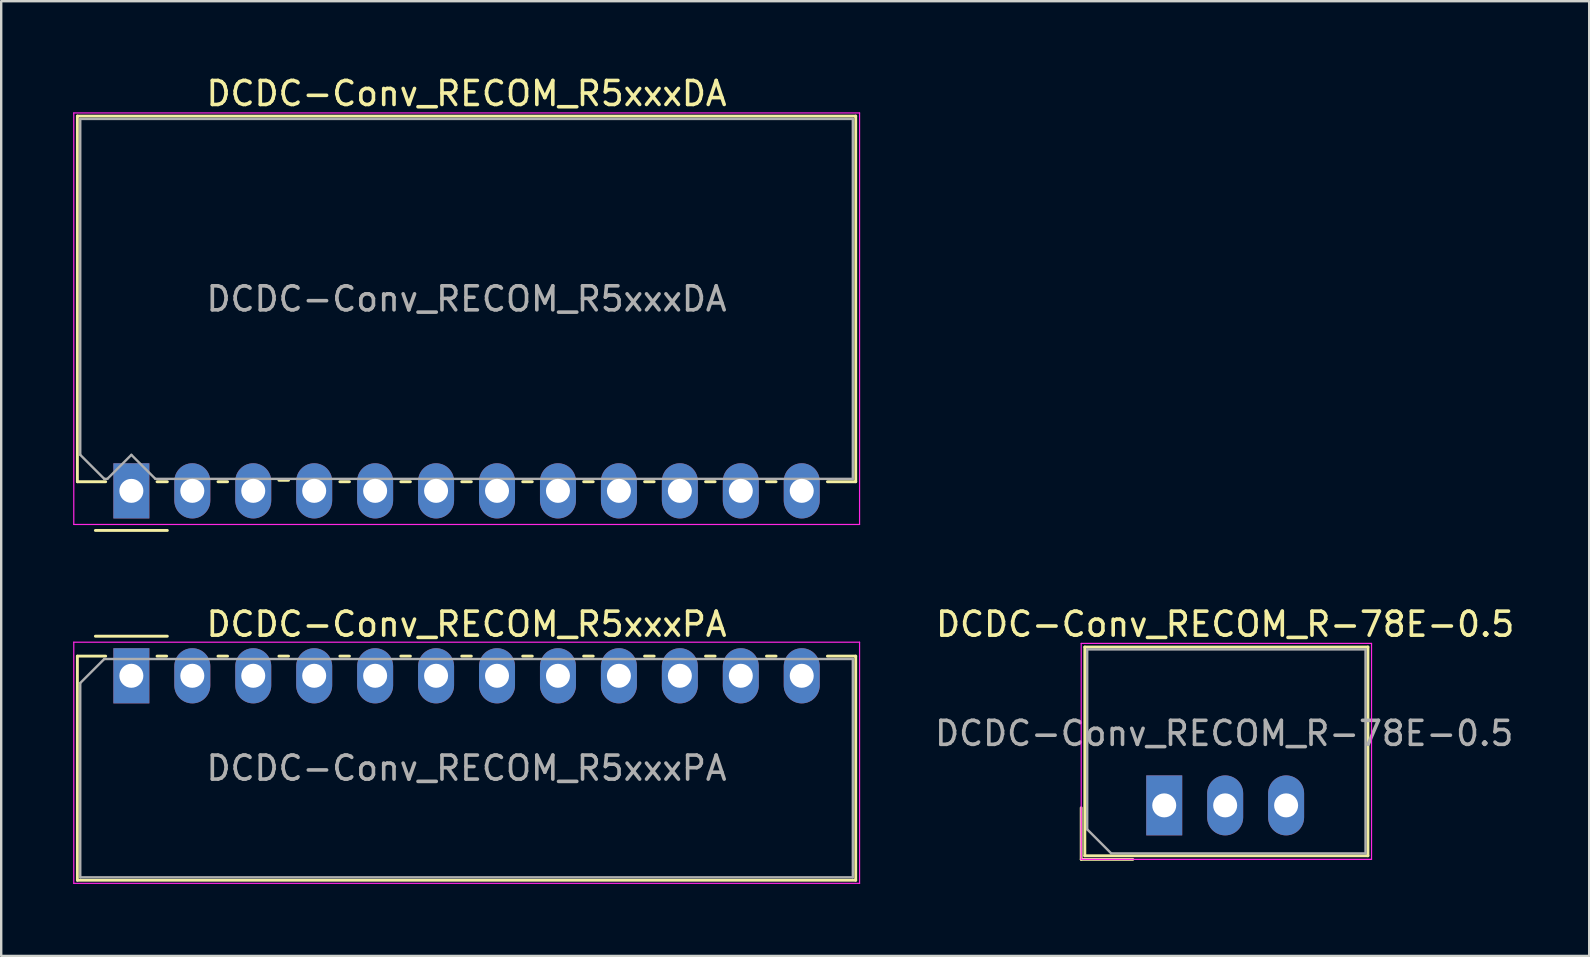
<source format=kicad_pcb>
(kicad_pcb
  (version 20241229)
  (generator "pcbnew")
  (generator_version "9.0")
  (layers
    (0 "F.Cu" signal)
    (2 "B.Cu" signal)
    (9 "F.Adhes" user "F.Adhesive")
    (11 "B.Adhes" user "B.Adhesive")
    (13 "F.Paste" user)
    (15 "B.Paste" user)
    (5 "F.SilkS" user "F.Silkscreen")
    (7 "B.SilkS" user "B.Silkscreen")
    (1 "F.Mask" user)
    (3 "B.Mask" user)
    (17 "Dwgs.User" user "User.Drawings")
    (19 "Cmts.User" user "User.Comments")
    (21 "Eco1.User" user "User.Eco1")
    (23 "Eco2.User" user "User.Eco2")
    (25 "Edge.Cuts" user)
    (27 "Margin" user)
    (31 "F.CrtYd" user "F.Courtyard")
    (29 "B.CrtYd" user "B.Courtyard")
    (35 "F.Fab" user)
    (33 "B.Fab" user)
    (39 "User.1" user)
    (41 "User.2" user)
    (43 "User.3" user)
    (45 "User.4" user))
  (footprint "DCDC-Conv_RECOM_R-78E-0.5"
    (layer "F.Cu")
    (at 45.473 30.517)
    (property "Reference" "DCDC-Conv_RECOM_R-78E-0.5" (at 2.54 -7.55 0) (layer "F.SilkS") (effects (font (size 1 1) (thickness 0.15))))
    (attr through_hole)
    (fp_line (start -3.46 0.1) (end -3.46 2.25) (stroke (width 0.12) (type solid)) (layer "F.SilkS"))
    (fp_line (start -3.46 2.25) (end -1.31 2.25) (stroke (width 0.12) (type solid)) (layer "F.SilkS"))
    (fp_line (start -3.31 -6.6) (end -3.31 2.1) (stroke (width 0.12) (type solid)) (layer "F.SilkS"))
    (fp_line (start -3.31 2.1) (end 8.49 2.1) (stroke (width 0.12) (type solid)) (layer "F.SilkS"))
    (fp_line (start 8.49 -6.6) (end -3.31 -6.6) (stroke (width 0.12) (type solid)) (layer "F.SilkS"))
    (fp_line (start 8.49 2.1) (end 8.49 -6.6) (stroke (width 0.12) (type solid)) (layer "F.SilkS"))
    (fp_line (start -3.46 -6.75) (end -3.46 2.25) (stroke (width 0.05) (type solid)) (layer "F.CrtYd"))
    (fp_line (start -3.46 2.25) (end 8.64 2.25) (stroke (width 0.05) (type solid)) (layer "F.CrtYd"))
    (fp_line (start 8.64 -6.75) (end -3.46 -6.75) (stroke (width 0.05) (type solid)) (layer "F.CrtYd"))
    (fp_line (start 8.64 2.25) (end 8.64 -6.75) (stroke (width 0.05) (type solid)) (layer "F.CrtYd"))
    (fp_line (start -3.21 -6.5) (end -3.21 1) (stroke (width 0.1) (type solid)) (layer "F.Fab"))
    (fp_line (start -3.21 1) (end -2.21 2) (stroke (width 0.1) (type solid)) (layer "F.Fab"))
    (fp_line (start -2.21 2) (end 8.39 2) (stroke (width 0.1) (type solid)) (layer "F.Fab"))
    (fp_line (start 8.39 -6.5) (end -3.21 -6.5) (stroke (width 0.1) (type solid)) (layer "F.Fab"))
    (fp_line (start 8.39 2) (end 8.39 -6.5) (stroke (width 0.1) (type solid)) (layer "F.Fab"))
    (fp_text user "${REFERENCE}" (at 2.5 -3 0) (layer "F.Fab") (effects (font (size 1 1) (thickness 0.15))))
    (pad "1" thru_hole rect (at 0 0) (size 1.5 2.5) (drill 1) (layers "*.Cu" "*.Mask"))
    (pad "2" thru_hole oval (at 2.54 0) (size 1.5 2.5) (drill 1) (layers "*.Cu" "*.Mask"))
    (pad "3" thru_hole oval (at 5.08 0) (size 1.5 2.5) (drill 1) (layers "*.Cu" "*.Mask")))
  (footprint "DCDC-Conv_RECOM_R5xxxDA"
    (layer "F.Cu")
    (at 2.425 17.408)
    (property "Reference" "DCDC-Conv_RECOM_R5xxxDA" (at 13.97 -16.56 0) (layer "F.SilkS") (effects (font (size 1 1) (thickness 0.15))))
    (attr through_hole)
    (fp_line (start -2.25 -15.62) (end -2.25 -0.38) (stroke (width 0.12) (type solid)) (layer "F.SilkS"))
    (fp_line (start -2.25 -15.62) (end 30.19 -15.62) (stroke (width 0.12) (type solid)) (layer "F.SilkS"))
    (fp_line (start -2.25 -0.38) (end -1.07 -0.38) (stroke (width 0.12) (type solid)) (layer "F.SilkS"))
    (fp_line (start -1.5 1.65) (end 1.5 1.65) (stroke (width 0.12) (type solid)) (layer "F.SilkS"))
    (fp_line (start 1.07 -0.38) (end 1.5 -0.38) (stroke (width 0.12) (type solid)) (layer "F.SilkS"))
    (fp_line (start 3.61 -0.38) (end 4.01 -0.38) (stroke (width 0.12) (type solid)) (layer "F.SilkS"))
    (fp_line (start 6.15 -0.441) (end 6.551 -0.441) (stroke (width 0.12) (type solid)) (layer "F.SilkS"))
    (fp_line (start 8.69 -0.38) (end 9.09 -0.38) (stroke (width 0.12) (type solid)) (layer "F.SilkS"))
    (fp_line (start 11.23 -0.38) (end 11.63 -0.38) (stroke (width 0.12) (type solid)) (layer "F.SilkS"))
    (fp_line (start 13.77 -0.38) (end 14.17 -0.38) (stroke (width 0.12) (type solid)) (layer "F.SilkS"))
    (fp_line (start 16.31 -0.38) (end 16.71 -0.38) (stroke (width 0.12) (type solid)) (layer "F.SilkS"))
    (fp_line (start 18.85 -0.38) (end 19.25 -0.38) (stroke (width 0.12) (type solid)) (layer "F.SilkS"))
    (fp_line (start 21.39 -0.38) (end 21.79 -0.38) (stroke (width 0.12) (type solid)) (layer "F.SilkS"))
    (fp_line (start 23.93 -0.38) (end 24.33 -0.38) (stroke (width 0.12) (type solid)) (layer "F.SilkS"))
    (fp_line (start 26.47 -0.38) (end 26.87 -0.38) (stroke (width 0.12) (type solid)) (layer "F.SilkS"))
    (fp_line (start 29.01 -0.38) (end 30.19 -0.38) (stroke (width 0.12) (type solid)) (layer "F.SilkS"))
    (fp_line (start 30.19 -15.62) (end 30.19 -0.38) (stroke (width 0.12) (type solid)) (layer "F.SilkS"))
    (fp_line (start -2.4 -15.75) (end -2.4 1.4) (stroke (width 0.05) (type solid)) (layer "F.CrtYd"))
    (fp_line (start -2.4 1.4) (end 30.35 1.4) (stroke (width 0.05) (type solid)) (layer "F.CrtYd"))
    (fp_line (start 30.35 -15.75) (end -2.4 -15.75) (stroke (width 0.05) (type solid)) (layer "F.CrtYd"))
    (fp_line (start 30.35 1.4) (end 30.35 -15.75) (stroke (width 0.05) (type solid)) (layer "F.CrtYd"))
    (fp_line (start -2.13 -15.5) (end 30.07 -15.5) (stroke (width 0.1) (type solid)) (layer "F.Fab"))
    (fp_line (start -2.13 -1.5) (end -2.13 -15.5) (stroke (width 0.1) (type solid)) (layer "F.Fab"))
    (fp_line (start -1.13 -0.5) (end -2.13 -1.5) (stroke (width 0.1) (type solid)) (layer "F.Fab"))
    (fp_line (start -1 -0.5) (end -1.13 -0.5) (stroke (width 0.1) (type solid)) (layer "F.Fab"))
    (fp_line (start 0 -1.5) (end -1 -0.5) (stroke (width 0.1) (type solid)) (layer "F.Fab"))
    (fp_line (start 1 -0.5) (end 0 -1.5) (stroke (width 0.1) (type solid)) (layer "F.Fab"))
    (fp_line (start 30.07 -15.5) (end 30.07 -0.5) (stroke (width 0.1) (type solid)) (layer "F.Fab"))
    (fp_line (start 30.07 -0.5) (end 1 -0.5) (stroke (width 0.1) (type solid)) (layer "F.Fab"))
    (fp_text user "${REFERENCE}" (at 13.97 -8 0) (layer "F.Fab") (effects (font (size 1 1) (thickness 0.15))))
    (pad "1" thru_hole rect (at 0 0) (size 1.5 2.3) (drill 1) (layers "*.Cu" "*.Mask"))
    (pad "2" thru_hole oval (at 2.54 0) (size 1.5 2.3) (drill 1) (layers "*.Cu" "*.Mask"))
    (pad "3" thru_hole oval (at 5.08 0) (size 1.5 2.3) (drill 1) (layers "*.Cu" "*.Mask"))
    (pad "4" thru_hole oval (at 7.62 0) (size 1.5 2.3) (drill 1) (layers "*.Cu" "*.Mask"))
    (pad "5" thru_hole oval (at 10.16 0) (size 1.5 2.3) (drill 1) (layers "*.Cu" "*.Mask"))
    (pad "6" thru_hole oval (at 12.7 0) (size 1.5 2.3) (drill 1) (layers "*.Cu" "*.Mask"))
    (pad "7" thru_hole oval (at 15.24 0) (size 1.5 2.3) (drill 1) (layers "*.Cu" "*.Mask"))
    (pad "8" thru_hole oval (at 17.78 0) (size 1.5 2.3) (drill 1) (layers "*.Cu" "*.Mask"))
    (pad "9" thru_hole oval (at 20.32 0) (size 1.5 2.3) (drill 1) (layers "*.Cu" "*.Mask"))
    (pad "10" thru_hole oval (at 22.86 0) (size 1.5 2.3) (drill 1) (layers "*.Cu" "*.Mask"))
    (pad "11" thru_hole oval (at 25.4 0) (size 1.5 2.3) (drill 1) (layers "*.Cu" "*.Mask"))
    (pad "12" thru_hole oval (at 27.94 0) (size 1.5 2.3) (drill 1) (layers "*.Cu" "*.Mask")))
  (footprint "DCDC-Conv_RECOM_R5xxxPA"
    (layer "F.Cu")
    (at 2.425 25.116)
    (property "Reference" "DCDC-Conv_RECOM_R5xxxPA" (at 13.97 -2.15 0) (layer "F.SilkS") (effects (font (size 1 1) (thickness 0.15))))
    (attr through_hole)
    (fp_line (start -2.25 -0.82) (end -2.25 8.52) (stroke (width 0.12) (type solid)) (layer "F.SilkS"))
    (fp_line (start -2.25 -0.82) (end -1.07 -0.82) (stroke (width 0.12) (type solid)) (layer "F.SilkS"))
    (fp_line (start -2.25 8.52) (end 30.19 8.52) (stroke (width 0.12) (type solid)) (layer "F.SilkS"))
    (fp_line (start -1.5 -1.65) (end 1.5 -1.65) (stroke (width 0.12) (type solid)) (layer "F.SilkS"))
    (fp_line (start 1.07 -0.82) (end 1.471 -0.82) (stroke (width 0.12) (type solid)) (layer "F.SilkS"))
    (fp_line (start 3.61 -0.82) (end 4.01 -0.82) (stroke (width 0.12) (type solid)) (layer "F.SilkS"))
    (fp_line (start 6.15 -0.82) (end 6.551 -0.82) (stroke (width 0.12) (type solid)) (layer "F.SilkS"))
    (fp_line (start 8.69 -0.82) (end 9.09 -0.82) (stroke (width 0.12) (type solid)) (layer "F.SilkS"))
    (fp_line (start 11.23 -0.82) (end 11.63 -0.82) (stroke (width 0.12) (type solid)) (layer "F.SilkS"))
    (fp_line (start 13.77 -0.82) (end 14.17 -0.82) (stroke (width 0.12) (type solid)) (layer "F.SilkS"))
    (fp_line (start 16.31 -0.82) (end 16.71 -0.82) (stroke (width 0.12) (type solid)) (layer "F.SilkS"))
    (fp_line (start 18.85 -0.82) (end 19.25 -0.82) (stroke (width 0.12) (type solid)) (layer "F.SilkS"))
    (fp_line (start 21.39 -0.82) (end 21.79 -0.82) (stroke (width 0.12) (type solid)) (layer "F.SilkS"))
    (fp_line (start 23.93 -0.82) (end 24.33 -0.82) (stroke (width 0.12) (type solid)) (layer "F.SilkS"))
    (fp_line (start 26.47 -0.82) (end 26.87 -0.82) (stroke (width 0.12) (type solid)) (layer "F.SilkS"))
    (fp_line (start 29.01 -0.82) (end 30.19 -0.82) (stroke (width 0.12) (type solid)) (layer "F.SilkS"))
    (fp_line (start 30.19 -0.82) (end 30.19 8.52) (stroke (width 0.12) (type solid)) (layer "F.SilkS"))
    (fp_line (start -2.4 -1.4) (end -2.4 8.65) (stroke (width 0.05) (type solid)) (layer "F.CrtYd"))
    (fp_line (start -2.4 8.65) (end 30.35 8.65) (stroke (width 0.05) (type solid)) (layer "F.CrtYd"))
    (fp_line (start 30.35 -1.4) (end -2.4 -1.4) (stroke (width 0.05) (type solid)) (layer "F.CrtYd"))
    (fp_line (start 30.35 8.65) (end 30.35 -1.4) (stroke (width 0.05) (type solid)) (layer "F.CrtYd"))
    (fp_line (start -2.13 0.3) (end -1.13 -0.7) (stroke (width 0.1) (type solid)) (layer "F.Fab"))
    (fp_line (start -2.13 8.4) (end -2.13 0.3) (stroke (width 0.1) (type solid)) (layer "F.Fab"))
    (fp_line (start -1.13 -0.7) (end 30.07 -0.7) (stroke (width 0.1) (type solid)) (layer "F.Fab"))
    (fp_line (start 30.07 -0.7) (end 30.07 8.4) (stroke (width 0.1) (type solid)) (layer "F.Fab"))
    (fp_line (start 30.07 8.4) (end -2.13 8.4) (stroke (width 0.1) (type solid)) (layer "F.Fab"))
    (fp_text user "${REFERENCE}" (at 13.97 3.85 0) (layer "F.Fab") (effects (font (size 1 1) (thickness 0.15))))
    (pad "1" thru_hole rect (at 0 0) (size 1.5 2.3) (drill 1) (layers "*.Cu" "*.Mask"))
    (pad "2" thru_hole oval (at 2.54 0) (size 1.5 2.3) (drill 1) (layers "*.Cu" "*.Mask"))
    (pad "3" thru_hole oval (at 5.08 0) (size 1.5 2.3) (drill 1) (layers "*.Cu" "*.Mask"))
    (pad "4" thru_hole oval (at 7.62 0) (size 1.5 2.3) (drill 1) (layers "*.Cu" "*.Mask"))
    (pad "5" thru_hole oval (at 10.16 0) (size 1.5 2.3) (drill 1) (layers "*.Cu" "*.Mask"))
    (pad "6" thru_hole oval (at 12.7 0) (size 1.5 2.3) (drill 1) (layers "*.Cu" "*.Mask"))
    (pad "7" thru_hole oval (at 15.24 0) (size 1.5 2.3) (drill 1) (layers "*.Cu" "*.Mask"))
    (pad "8" thru_hole oval (at 17.78 0) (size 1.5 2.3) (drill 1) (layers "*.Cu" "*.Mask"))
    (pad "9" thru_hole oval (at 20.32 0) (size 1.5 2.3) (drill 1) (layers "*.Cu" "*.Mask"))
    (pad "10" thru_hole oval (at 22.86 0) (size 1.5 2.3) (drill 1) (layers "*.Cu" "*.Mask"))
    (pad "11" thru_hole oval (at 25.4 0) (size 1.5 2.3) (drill 1) (layers "*.Cu" "*.Mask"))
    (pad "12" thru_hole oval (at 27.94 0) (size 1.5 2.3) (drill 1) (layers "*.Cu" "*.Mask")))
  (gr_rect
    (start -3 -3)
    (end 63.185 36.791)
    (stroke (width 0.1) (type default))
    (fill no)
    (layer "Edge.Cuts")))
</source>
